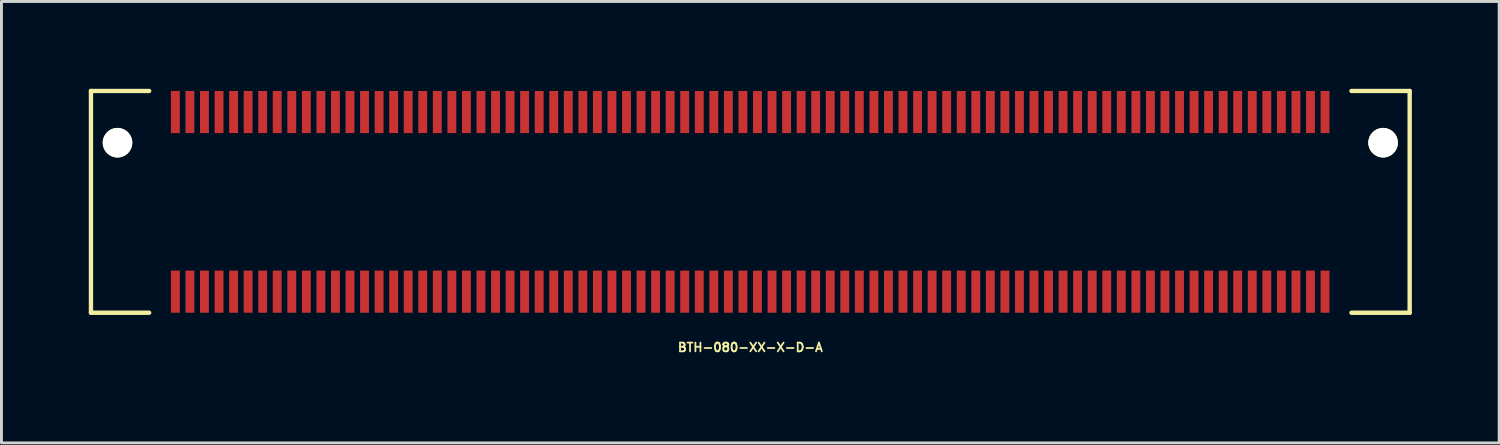
<source format=kicad_pcb>
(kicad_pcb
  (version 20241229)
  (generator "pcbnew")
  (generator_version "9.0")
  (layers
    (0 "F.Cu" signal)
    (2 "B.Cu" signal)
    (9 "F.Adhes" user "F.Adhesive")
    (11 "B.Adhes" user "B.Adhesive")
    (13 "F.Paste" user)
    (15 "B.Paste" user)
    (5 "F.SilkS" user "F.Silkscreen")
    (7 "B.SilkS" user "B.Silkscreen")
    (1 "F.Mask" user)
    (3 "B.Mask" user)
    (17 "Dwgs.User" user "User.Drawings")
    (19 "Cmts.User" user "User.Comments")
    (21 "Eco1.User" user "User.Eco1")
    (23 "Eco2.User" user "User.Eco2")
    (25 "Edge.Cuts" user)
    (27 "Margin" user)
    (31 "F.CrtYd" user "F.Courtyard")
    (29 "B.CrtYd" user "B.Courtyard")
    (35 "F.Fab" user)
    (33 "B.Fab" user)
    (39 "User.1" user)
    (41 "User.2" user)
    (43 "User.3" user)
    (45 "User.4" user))
  (footprint "BTH-080-XX-X-D-A"
    (layer "F.Cu")
    (at 22.729 3.885)
    (property "Reference" "BTH-080-XX-X-D-A" (at 0 5 0) (layer "F.SilkS") (effects (font (size 0.3 0.3) (thickness 0.061))))
    (attr smd)
    (fp_line (start -22.654 -3.81) (end -22.654 3.81) (stroke (width 0.15) (type solid)) (layer "F.SilkS"))
    (fp_line (start -22.654 3.81) (end -20.654 3.81) (stroke (width 0.15) (type solid)) (layer "F.SilkS"))
    (fp_line (start -20.654 -3.81) (end -22.654 -3.81) (stroke (width 0.15) (type solid)) (layer "F.SilkS"))
    (fp_line (start 20.654 -3.81) (end 22.654 -3.81) (stroke (width 0.15) (type solid)) (layer "F.SilkS"))
    (fp_line (start 22.654 -3.81) (end 22.654 3.81) (stroke (width 0.15) (type solid)) (layer "F.SilkS"))
    (fp_line (start 22.654 3.81) (end 20.654 3.81) (stroke (width 0.15) (type solid)) (layer "F.SilkS"))
    (pad "" np_thru_hole circle (at -21.742 -2.032) (size 1.016 1.016) (drill 1.016) (layers "*.Cu" "*.Mask" "F.SilkS"))
    (pad "" np_thru_hole circle (at 21.741 -2.032) (size 1.016 1.016) (drill 1.016) (layers "*.Cu" "*.Mask" "F.SilkS"))
    (pad "1" smd rect (at -19.754 -3.086) (size 0.305 1.448) (layers "F.Cu" "F.Mask" "F.Paste"))
    (pad "2" smd rect (at -19.754 3.086) (size 0.305 1.448) (layers "F.Cu" "F.Mask" "F.Paste"))
    (pad "3" smd rect (at -19.254 -3.086) (size 0.305 1.448) (layers "F.Cu" "F.Mask" "F.Paste"))
    (pad "4" smd rect (at -19.254 3.086) (size 0.305 1.448) (layers "F.Cu" "F.Mask" "F.Paste"))
    (pad "5" smd rect (at -18.754 -3.086) (size 0.305 1.448) (layers "F.Cu" "F.Mask" "F.Paste"))
    (pad "6" smd rect (at -18.754 3.086) (size 0.305 1.448) (layers "F.Cu" "F.Mask" "F.Paste"))
    (pad "7" smd rect (at -18.254 -3.086) (size 0.305 1.448) (layers "F.Cu" "F.Mask" "F.Paste"))
    (pad "8" smd rect (at -18.254 3.086) (size 0.305 1.448) (layers "F.Cu" "F.Mask" "F.Paste"))
    (pad "9" smd rect (at -17.754 -3.086) (size 0.305 1.448) (layers "F.Cu" "F.Mask" "F.Paste"))
    (pad "10" smd rect (at -17.754 3.086) (size 0.305 1.448) (layers "F.Cu" "F.Mask" "F.Paste"))
    (pad "11" smd rect (at -17.254 -3.086) (size 0.305 1.448) (layers "F.Cu" "F.Mask" "F.Paste"))
    (pad "12" smd rect (at -17.254 3.086) (size 0.305 1.448) (layers "F.Cu" "F.Mask" "F.Paste"))
    (pad "13" smd rect (at -16.754 -3.086) (size 0.305 1.448) (layers "F.Cu" "F.Mask" "F.Paste"))
    (pad "14" smd rect (at -16.754 3.086) (size 0.305 1.448) (layers "F.Cu" "F.Mask" "F.Paste"))
    (pad "15" smd rect (at -16.254 -3.086) (size 0.305 1.448) (layers "F.Cu" "F.Mask" "F.Paste"))
    (pad "16" smd rect (at -16.254 3.086) (size 0.305 1.448) (layers "F.Cu" "F.Mask" "F.Paste"))
    (pad "17" smd rect (at -15.754 -3.086) (size 0.305 1.448) (layers "F.Cu" "F.Mask" "F.Paste"))
    (pad "18" smd rect (at -15.754 3.086) (size 0.305 1.448) (layers "F.Cu" "F.Mask" "F.Paste"))
    (pad "19" smd rect (at -15.254 -3.086) (size 0.305 1.448) (layers "F.Cu" "F.Mask" "F.Paste"))
    (pad "20" smd rect (at -15.254 3.086) (size 0.305 1.448) (layers "F.Cu" "F.Mask" "F.Paste"))
    (pad "21" smd rect (at -14.754 -3.086) (size 0.305 1.448) (layers "F.Cu" "F.Mask" "F.Paste"))
    (pad "22" smd rect (at -14.754 3.086) (size 0.305 1.448) (layers "F.Cu" "F.Mask" "F.Paste"))
    (pad "23" smd rect (at -14.254 -3.086) (size 0.305 1.448) (layers "F.Cu" "F.Mask" "F.Paste"))
    (pad "24" smd rect (at -14.254 3.086) (size 0.305 1.448) (layers "F.Cu" "F.Mask" "F.Paste"))
    (pad "25" smd rect (at -13.754 -3.086) (size 0.305 1.448) (layers "F.Cu" "F.Mask" "F.Paste"))
    (pad "26" smd rect (at -13.754 3.086) (size 0.305 1.448) (layers "F.Cu" "F.Mask" "F.Paste"))
    (pad "27" smd rect (at -13.254 -3.086) (size 0.305 1.448) (layers "F.Cu" "F.Mask" "F.Paste"))
    (pad "28" smd rect (at -13.254 3.086) (size 0.305 1.448) (layers "F.Cu" "F.Mask" "F.Paste"))
    (pad "29" smd rect (at -12.754 -3.086) (size 0.305 1.448) (layers "F.Cu" "F.Mask" "F.Paste"))
    (pad "30" smd rect (at -12.754 3.086) (size 0.305 1.448) (layers "F.Cu" "F.Mask" "F.Paste"))
    (pad "31" smd rect (at -12.254 -3.086) (size 0.305 1.448) (layers "F.Cu" "F.Mask" "F.Paste"))
    (pad "32" smd rect (at -12.254 3.086) (size 0.305 1.448) (layers "F.Cu" "F.Mask" "F.Paste"))
    (pad "33" smd rect (at -11.754 -3.086) (size 0.305 1.448) (layers "F.Cu" "F.Mask" "F.Paste"))
    (pad "34" smd rect (at -11.754 3.086) (size 0.305 1.448) (layers "F.Cu" "F.Mask" "F.Paste"))
    (pad "35" smd rect (at -11.254 -3.086) (size 0.305 1.448) (layers "F.Cu" "F.Mask" "F.Paste"))
    (pad "36" smd rect (at -11.254 3.086) (size 0.305 1.448) (layers "F.Cu" "F.Mask" "F.Paste"))
    (pad "37" smd rect (at -10.754 -3.086) (size 0.305 1.448) (layers "F.Cu" "F.Mask" "F.Paste"))
    (pad "38" smd rect (at -10.754 3.086) (size 0.305 1.448) (layers "F.Cu" "F.Mask" "F.Paste"))
    (pad "39" smd rect (at -10.254 -3.086) (size 0.305 1.448) (layers "F.Cu" "F.Mask" "F.Paste"))
    (pad "40" smd rect (at -10.254 3.086) (size 0.305 1.448) (layers "F.Cu" "F.Mask" "F.Paste"))
    (pad "41" smd rect (at -9.754 -3.086) (size 0.305 1.448) (layers "F.Cu" "F.Mask" "F.Paste"))
    (pad "42" smd rect (at -9.754 3.086) (size 0.305 1.448) (layers "F.Cu" "F.Mask" "F.Paste"))
    (pad "43" smd rect (at -9.254 -3.086) (size 0.305 1.448) (layers "F.Cu" "F.Mask" "F.Paste"))
    (pad "44" smd rect (at -9.254 3.086) (size 0.305 1.448) (layers "F.Cu" "F.Mask" "F.Paste"))
    (pad "45" smd rect (at -8.754 -3.086) (size 0.305 1.448) (layers "F.Cu" "F.Mask" "F.Paste"))
    (pad "46" smd rect (at -8.754 3.086) (size 0.305 1.448) (layers "F.Cu" "F.Mask" "F.Paste"))
    (pad "47" smd rect (at -8.254 -3.086) (size 0.305 1.448) (layers "F.Cu" "F.Mask" "F.Paste"))
    (pad "48" smd rect (at -8.254 3.086) (size 0.305 1.448) (layers "F.Cu" "F.Mask" "F.Paste"))
    (pad "49" smd rect (at -7.754 -3.086) (size 0.305 1.448) (layers "F.Cu" "F.Mask" "F.Paste"))
    (pad "50" smd rect (at -7.754 3.086) (size 0.305 1.448) (layers "F.Cu" "F.Mask" "F.Paste"))
    (pad "51" smd rect (at -7.254 -3.086) (size 0.305 1.448) (layers "F.Cu" "F.Mask" "F.Paste"))
    (pad "52" smd rect (at -7.254 3.086) (size 0.305 1.448) (layers "F.Cu" "F.Mask" "F.Paste"))
    (pad "53" smd rect (at -6.754 -3.086) (size 0.305 1.448) (layers "F.Cu" "F.Mask" "F.Paste"))
    (pad "54" smd rect (at -6.754 3.086) (size 0.305 1.448) (layers "F.Cu" "F.Mask" "F.Paste"))
    (pad "55" smd rect (at -6.254 -3.086) (size 0.305 1.448) (layers "F.Cu" "F.Mask" "F.Paste"))
    (pad "56" smd rect (at -6.254 3.086) (size 0.305 1.448) (layers "F.Cu" "F.Mask" "F.Paste"))
    (pad "57" smd rect (at -5.754 -3.086) (size 0.305 1.448) (layers "F.Cu" "F.Mask" "F.Paste"))
    (pad "58" smd rect (at -5.754 3.086) (size 0.305 1.448) (layers "F.Cu" "F.Mask" "F.Paste"))
    (pad "59" smd rect (at -5.254 -3.086) (size 0.305 1.448) (layers "F.Cu" "F.Mask" "F.Paste"))
    (pad "60" smd rect (at -5.254 3.086) (size 0.305 1.448) (layers "F.Cu" "F.Mask" "F.Paste"))
    (pad "61" smd rect (at -4.754 -3.086) (size 0.305 1.448) (layers "F.Cu" "F.Mask" "F.Paste"))
    (pad "62" smd rect (at -4.754 3.086) (size 0.305 1.448) (layers "F.Cu" "F.Mask" "F.Paste"))
    (pad "63" smd rect (at -4.254 -3.086) (size 0.305 1.448) (layers "F.Cu" "F.Mask" "F.Paste"))
    (pad "64" smd rect (at -4.254 3.086) (size 0.305 1.448) (layers "F.Cu" "F.Mask" "F.Paste"))
    (pad "65" smd rect (at -3.754 -3.086) (size 0.305 1.448) (layers "F.Cu" "F.Mask" "F.Paste"))
    (pad "66" smd rect (at -3.754 3.086) (size 0.305 1.448) (layers "F.Cu" "F.Mask" "F.Paste"))
    (pad "67" smd rect (at -3.254 -3.086) (size 0.305 1.448) (layers "F.Cu" "F.Mask" "F.Paste"))
    (pad "68" smd rect (at -3.254 3.086) (size 0.305 1.448) (layers "F.Cu" "F.Mask" "F.Paste"))
    (pad "69" smd rect (at -2.754 -3.086) (size 0.305 1.448) (layers "F.Cu" "F.Mask" "F.Paste"))
    (pad "70" smd rect (at -2.754 3.086) (size 0.305 1.448) (layers "F.Cu" "F.Mask" "F.Paste"))
    (pad "71" smd rect (at -2.254 -3.086) (size 0.305 1.448) (layers "F.Cu" "F.Mask" "F.Paste"))
    (pad "72" smd rect (at -2.254 3.086) (size 0.305 1.448) (layers "F.Cu" "F.Mask" "F.Paste"))
    (pad "73" smd rect (at -1.754 -3.086) (size 0.305 1.448) (layers "F.Cu" "F.Mask" "F.Paste"))
    (pad "74" smd rect (at -1.754 3.086) (size 0.305 1.448) (layers "F.Cu" "F.Mask" "F.Paste"))
    (pad "75" smd rect (at -1.254 -3.086) (size 0.305 1.448) (layers "F.Cu" "F.Mask" "F.Paste"))
    (pad "76" smd rect (at -1.254 3.086) (size 0.305 1.448) (layers "F.Cu" "F.Mask" "F.Paste"))
    (pad "77" smd rect (at -0.754 -3.086) (size 0.305 1.448) (layers "F.Cu" "F.Mask" "F.Paste"))
    (pad "78" smd rect (at -0.754 3.086) (size 0.305 1.448) (layers "F.Cu" "F.Mask" "F.Paste"))
    (pad "79" smd rect (at -0.254 -3.086) (size 0.305 1.448) (layers "F.Cu" "F.Mask" "F.Paste"))
    (pad "80" smd rect (at -0.254 3.086) (size 0.305 1.448) (layers "F.Cu" "F.Mask" "F.Paste"))
    (pad "81" smd rect (at 0.246 -3.086) (size 0.305 1.448) (layers "F.Cu" "F.Mask" "F.Paste"))
    (pad "82" smd rect (at 0.246 3.086) (size 0.305 1.448) (layers "F.Cu" "F.Mask" "F.Paste"))
    (pad "83" smd rect (at 0.746 -3.086) (size 0.305 1.448) (layers "F.Cu" "F.Mask" "F.Paste"))
    (pad "84" smd rect (at 0.746 3.086) (size 0.305 1.448) (layers "F.Cu" "F.Mask" "F.Paste"))
    (pad "85" smd rect (at 1.246 -3.086) (size 0.305 1.448) (layers "F.Cu" "F.Mask" "F.Paste"))
    (pad "86" smd rect (at 1.246 3.086) (size 0.305 1.448) (layers "F.Cu" "F.Mask" "F.Paste"))
    (pad "87" smd rect (at 1.746 -3.086) (size 0.305 1.448) (layers "F.Cu" "F.Mask" "F.Paste"))
    (pad "88" smd rect (at 1.746 3.086) (size 0.305 1.448) (layers "F.Cu" "F.Mask" "F.Paste"))
    (pad "89" smd rect (at 2.246 -3.086) (size 0.305 1.448) (layers "F.Cu" "F.Mask" "F.Paste"))
    (pad "90" smd rect (at 2.246 3.086) (size 0.305 1.448) (layers "F.Cu" "F.Mask" "F.Paste"))
    (pad "91" smd rect (at 2.746 -3.086) (size 0.305 1.448) (layers "F.Cu" "F.Mask" "F.Paste"))
    (pad "92" smd rect (at 2.746 3.086) (size 0.305 1.448) (layers "F.Cu" "F.Mask" "F.Paste"))
    (pad "93" smd rect (at 3.246 -3.086) (size 0.305 1.448) (layers "F.Cu" "F.Mask" "F.Paste"))
    (pad "94" smd rect (at 3.246 3.086) (size 0.305 1.448) (layers "F.Cu" "F.Mask" "F.Paste"))
    (pad "95" smd rect (at 3.746 -3.086) (size 0.305 1.448) (layers "F.Cu" "F.Mask" "F.Paste"))
    (pad "96" smd rect (at 3.746 3.086) (size 0.305 1.448) (layers "F.Cu" "F.Mask" "F.Paste"))
    (pad "97" smd rect (at 4.246 -3.086) (size 0.305 1.448) (layers "F.Cu" "F.Mask" "F.Paste"))
    (pad "98" smd rect (at 4.246 3.086) (size 0.305 1.448) (layers "F.Cu" "F.Mask" "F.Paste"))
    (pad "99" smd rect (at 4.746 -3.086) (size 0.305 1.448) (layers "F.Cu" "F.Mask" "F.Paste"))
    (pad "100" smd rect (at 4.746 3.086) (size 0.305 1.448) (layers "F.Cu" "F.Mask" "F.Paste"))
    (pad "101" smd rect (at 5.246 -3.086) (size 0.305 1.448) (layers "F.Cu" "F.Mask" "F.Paste"))
    (pad "102" smd rect (at 5.246 3.086) (size 0.305 1.448) (layers "F.Cu" "F.Mask" "F.Paste"))
    (pad "103" smd rect (at 5.746 -3.086) (size 0.305 1.448) (layers "F.Cu" "F.Mask" "F.Paste"))
    (pad "104" smd rect (at 5.746 3.086) (size 0.305 1.448) (layers "F.Cu" "F.Mask" "F.Paste"))
    (pad "105" smd rect (at 6.246 -3.086) (size 0.305 1.448) (layers "F.Cu" "F.Mask" "F.Paste"))
    (pad "106" smd rect (at 6.246 3.086) (size 0.305 1.448) (layers "F.Cu" "F.Mask" "F.Paste"))
    (pad "107" smd rect (at 6.746 -3.086) (size 0.305 1.448) (layers "F.Cu" "F.Mask" "F.Paste"))
    (pad "108" smd rect (at 6.746 3.086) (size 0.305 1.448) (layers "F.Cu" "F.Mask" "F.Paste"))
    (pad "109" smd rect (at 7.246 -3.086) (size 0.305 1.448) (layers "F.Cu" "F.Mask" "F.Paste"))
    (pad "110" smd rect (at 7.246 3.086) (size 0.305 1.448) (layers "F.Cu" "F.Mask" "F.Paste"))
    (pad "111" smd rect (at 7.746 -3.086) (size 0.305 1.448) (layers "F.Cu" "F.Mask" "F.Paste"))
    (pad "112" smd rect (at 7.746 3.086) (size 0.305 1.448) (layers "F.Cu" "F.Mask" "F.Paste"))
    (pad "113" smd rect (at 8.246 -3.086) (size 0.305 1.448) (layers "F.Cu" "F.Mask" "F.Paste"))
    (pad "114" smd rect (at 8.246 3.086) (size 0.305 1.448) (layers "F.Cu" "F.Mask" "F.Paste"))
    (pad "115" smd rect (at 8.746 -3.086) (size 0.305 1.448) (layers "F.Cu" "F.Mask" "F.Paste"))
    (pad "116" smd rect (at 8.746 3.086) (size 0.305 1.448) (layers "F.Cu" "F.Mask" "F.Paste"))
    (pad "117" smd rect (at 9.246 -3.086) (size 0.305 1.448) (layers "F.Cu" "F.Mask" "F.Paste"))
    (pad "118" smd rect (at 9.246 3.086) (size 0.305 1.448) (layers "F.Cu" "F.Mask" "F.Paste"))
    (pad "119" smd rect (at 9.746 -3.086) (size 0.305 1.448) (layers "F.Cu" "F.Mask" "F.Paste"))
    (pad "120" smd rect (at 9.746 3.086) (size 0.305 1.448) (layers "F.Cu" "F.Mask" "F.Paste"))
    (pad "121" smd rect (at 10.246 -3.086) (size 0.305 1.448) (layers "F.Cu" "F.Mask" "F.Paste"))
    (pad "122" smd rect (at 10.246 3.086) (size 0.305 1.448) (layers "F.Cu" "F.Mask" "F.Paste"))
    (pad "123" smd rect (at 10.746 -3.086) (size 0.305 1.448) (layers "F.Cu" "F.Mask" "F.Paste"))
    (pad "124" smd rect (at 10.746 3.086) (size 0.305 1.448) (layers "F.Cu" "F.Mask" "F.Paste"))
    (pad "125" smd rect (at 11.246 -3.086) (size 0.305 1.448) (layers "F.Cu" "F.Mask" "F.Paste"))
    (pad "126" smd rect (at 11.246 3.086) (size 0.305 1.448) (layers "F.Cu" "F.Mask" "F.Paste"))
    (pad "127" smd rect (at 11.746 -3.086) (size 0.305 1.448) (layers "F.Cu" "F.Mask" "F.Paste"))
    (pad "128" smd rect (at 11.746 3.086) (size 0.305 1.448) (layers "F.Cu" "F.Mask" "F.Paste"))
    (pad "129" smd rect (at 12.246 -3.086) (size 0.305 1.448) (layers "F.Cu" "F.Mask" "F.Paste"))
    (pad "130" smd rect (at 12.246 3.086) (size 0.305 1.448) (layers "F.Cu" "F.Mask" "F.Paste"))
    (pad "131" smd rect (at 12.746 -3.086) (size 0.305 1.448) (layers "F.Cu" "F.Mask" "F.Paste"))
    (pad "132" smd rect (at 12.746 3.086) (size 0.305 1.448) (layers "F.Cu" "F.Mask" "F.Paste"))
    (pad "133" smd rect (at 13.246 -3.086) (size 0.305 1.448) (layers "F.Cu" "F.Mask" "F.Paste"))
    (pad "134" smd rect (at 13.246 3.086) (size 0.305 1.448) (layers "F.Cu" "F.Mask" "F.Paste"))
    (pad "135" smd rect (at 13.746 -3.086) (size 0.305 1.448) (layers "F.Cu" "F.Mask" "F.Paste"))
    (pad "136" smd rect (at 13.746 3.086) (size 0.305 1.448) (layers "F.Cu" "F.Mask" "F.Paste"))
    (pad "137" smd rect (at 14.246 -3.086) (size 0.305 1.448) (layers "F.Cu" "F.Mask" "F.Paste"))
    (pad "138" smd rect (at 14.246 3.086) (size 0.305 1.448) (layers "F.Cu" "F.Mask" "F.Paste"))
    (pad "139" smd rect (at 14.746 -3.086) (size 0.305 1.448) (layers "F.Cu" "F.Mask" "F.Paste"))
    (pad "140" smd rect (at 14.746 3.086) (size 0.305 1.448) (layers "F.Cu" "F.Mask" "F.Paste"))
    (pad "141" smd rect (at 15.246 -3.086) (size 0.305 1.448) (layers "F.Cu" "F.Mask" "F.Paste"))
    (pad "142" smd rect (at 15.246 3.086) (size 0.305 1.448) (layers "F.Cu" "F.Mask" "F.Paste"))
    (pad "143" smd rect (at 15.746 -3.086) (size 0.305 1.448) (layers "F.Cu" "F.Mask" "F.Paste"))
    (pad "144" smd rect (at 15.746 3.086) (size 0.305 1.448) (layers "F.Cu" "F.Mask" "F.Paste"))
    (pad "145" smd rect (at 16.246 -3.086) (size 0.305 1.448) (layers "F.Cu" "F.Mask" "F.Paste"))
    (pad "146" smd rect (at 16.246 3.086) (size 0.305 1.448) (layers "F.Cu" "F.Mask" "F.Paste"))
    (pad "147" smd rect (at 16.746 -3.086) (size 0.305 1.448) (layers "F.Cu" "F.Mask" "F.Paste"))
    (pad "148" smd rect (at 16.746 3.086) (size 0.305 1.448) (layers "F.Cu" "F.Mask" "F.Paste"))
    (pad "149" smd rect (at 17.246 -3.086) (size 0.305 1.448) (layers "F.Cu" "F.Mask" "F.Paste"))
    (pad "150" smd rect (at 17.246 3.086) (size 0.305 1.448) (layers "F.Cu" "F.Mask" "F.Paste"))
    (pad "151" smd rect (at 17.746 -3.086) (size 0.305 1.448) (layers "F.Cu" "F.Mask" "F.Paste"))
    (pad "152" smd rect (at 17.746 3.086) (size 0.305 1.448) (layers "F.Cu" "F.Mask" "F.Paste"))
    (pad "153" smd rect (at 18.246 -3.086) (size 0.305 1.448) (layers "F.Cu" "F.Mask" "F.Paste"))
    (pad "154" smd rect (at 18.246 3.086) (size 0.305 1.448) (layers "F.Cu" "F.Mask" "F.Paste"))
    (pad "155" smd rect (at 18.746 -3.086) (size 0.305 1.448) (layers "F.Cu" "F.Mask" "F.Paste"))
    (pad "156" smd rect (at 18.746 3.086) (size 0.305 1.448) (layers "F.Cu" "F.Mask" "F.Paste"))
    (pad "157" smd rect (at 19.246 -3.086) (size 0.305 1.448) (layers "F.Cu" "F.Mask" "F.Paste"))
    (pad "158" smd rect (at 19.246 3.086) (size 0.305 1.448) (layers "F.Cu" "F.Mask" "F.Paste"))
    (pad "159" smd rect (at 19.746 -3.086) (size 0.305 1.448) (layers "F.Cu" "F.Mask" "F.Paste"))
    (pad "160" smd rect (at 19.746 3.086) (size 0.305 1.448) (layers "F.Cu" "F.Mask" "F.Paste")))
  (gr_rect
    (start -3 -3)
    (end 48.458 12.167)
    (stroke (width 0.1) (type default))
    (fill no)
    (layer "Edge.Cuts")))
</source>
